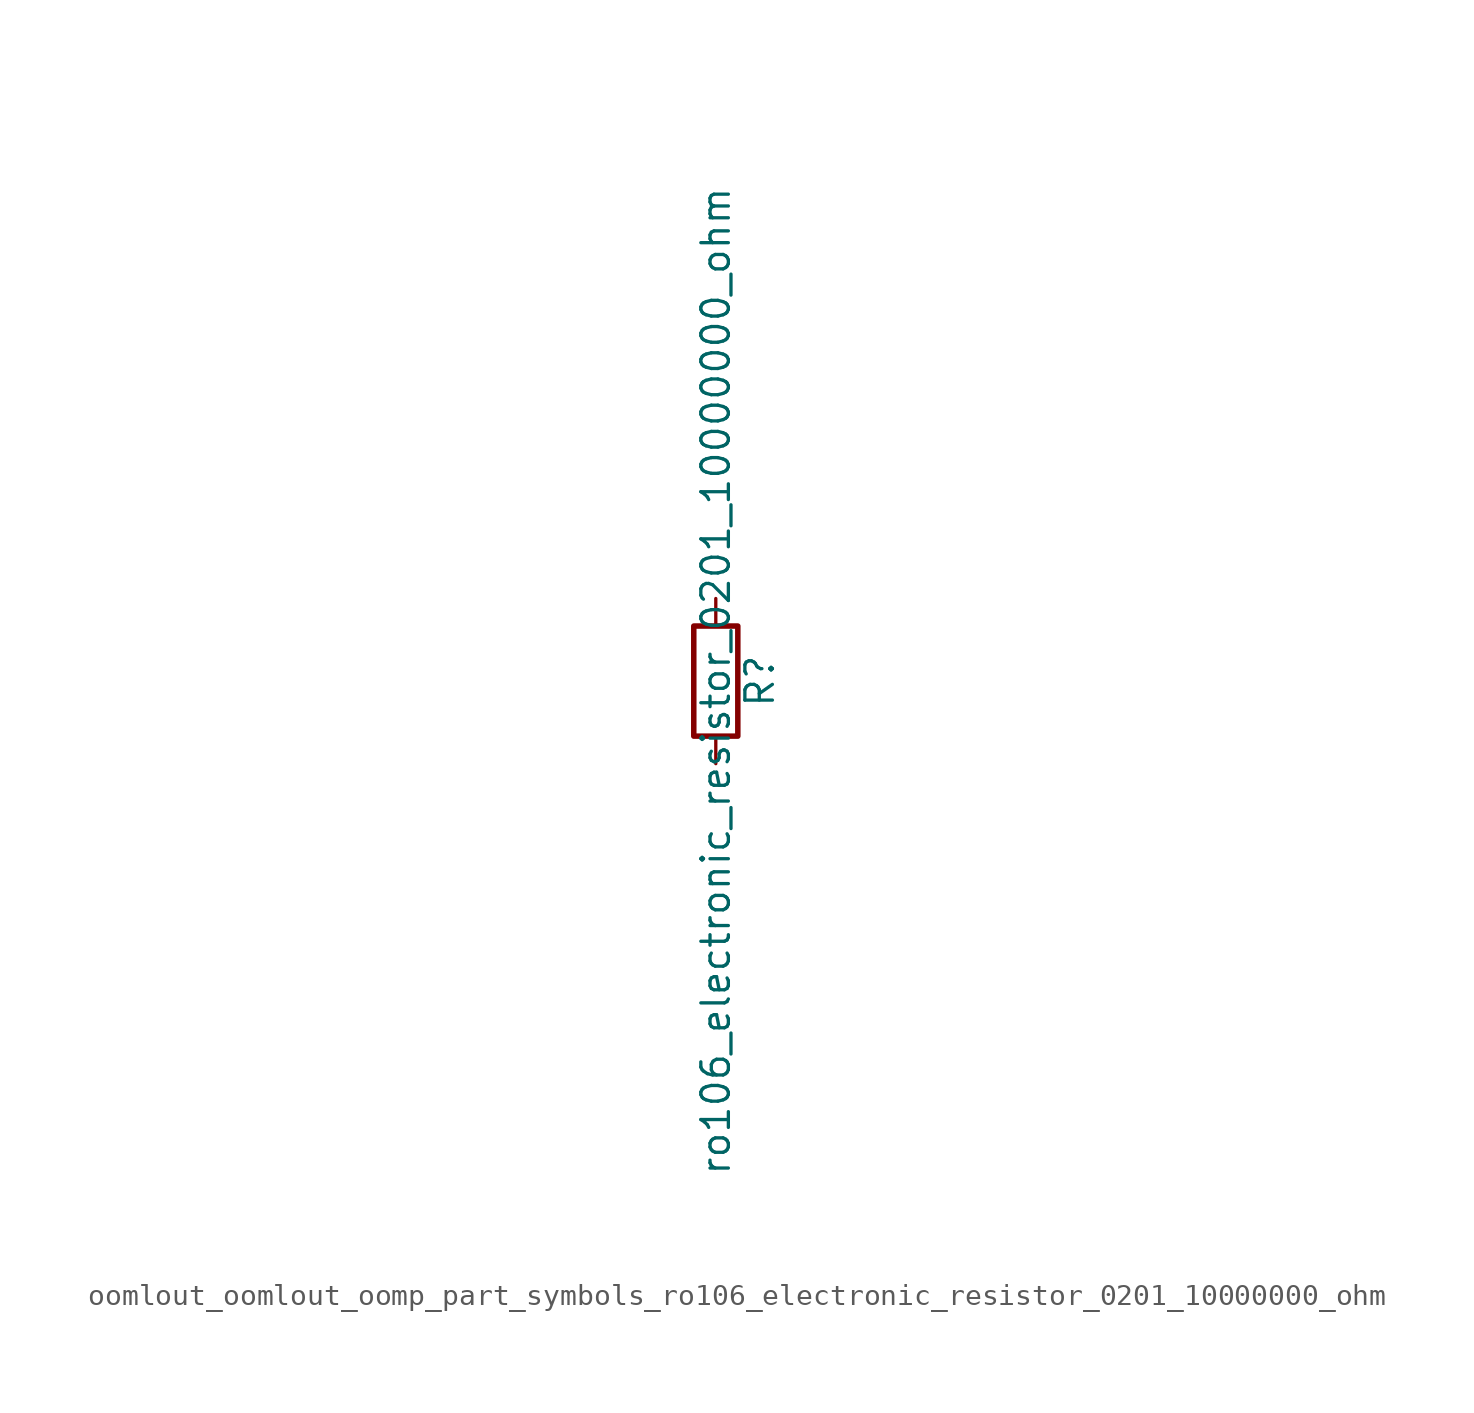
<source format=kicad_sym>
(kicad_symbol_lib
  (version 20220914)
  (generator kicad_symbol_editor)
  (symbol "oomlout_oomlout_oomp_part_symbols_ro106_electronic_resistor_0201_10000000_ohm"
    (pin_numbers hide)
    (pin_names
      (offset 0))
    (property "Reference" "R"
      (at 2.032 0 90)
      (effects (font (size 1.27 1.27))))
    (property "Value" "ro106_electronic_resistor_0201_10000000_ohm"
      (at 0 0 90)
      (effects (font (size 1.27 1.27))))
    (symbol "oomlout_oomlout_oomp_part_symbols_ro106_electronic_resistor_0201_10000000_ohm_0_1"
      (rectangle (start -1.016 -2.54) (end 1.016 2.54) (stroke (width 0.254) (type default)) (fill (type none))))
    (symbol "oomlout_oomlout_oomp_part_symbols_ro106_electronic_resistor_0201_10000000_ohm_1_1"
      (pin passive line (at 0 3.81 270) (length 1.27) (name "~" (effects (font (size 1.27 1.27)))) (number "1" (effects (font (size 1.27 1.27)))))
      (pin passive line (at 0 -3.81 90) (length 1.27) (name "~" (effects (font (size 1.27 1.27)))) (number "2" (effects (font (size 1.27 1.27))))))))
</source>
